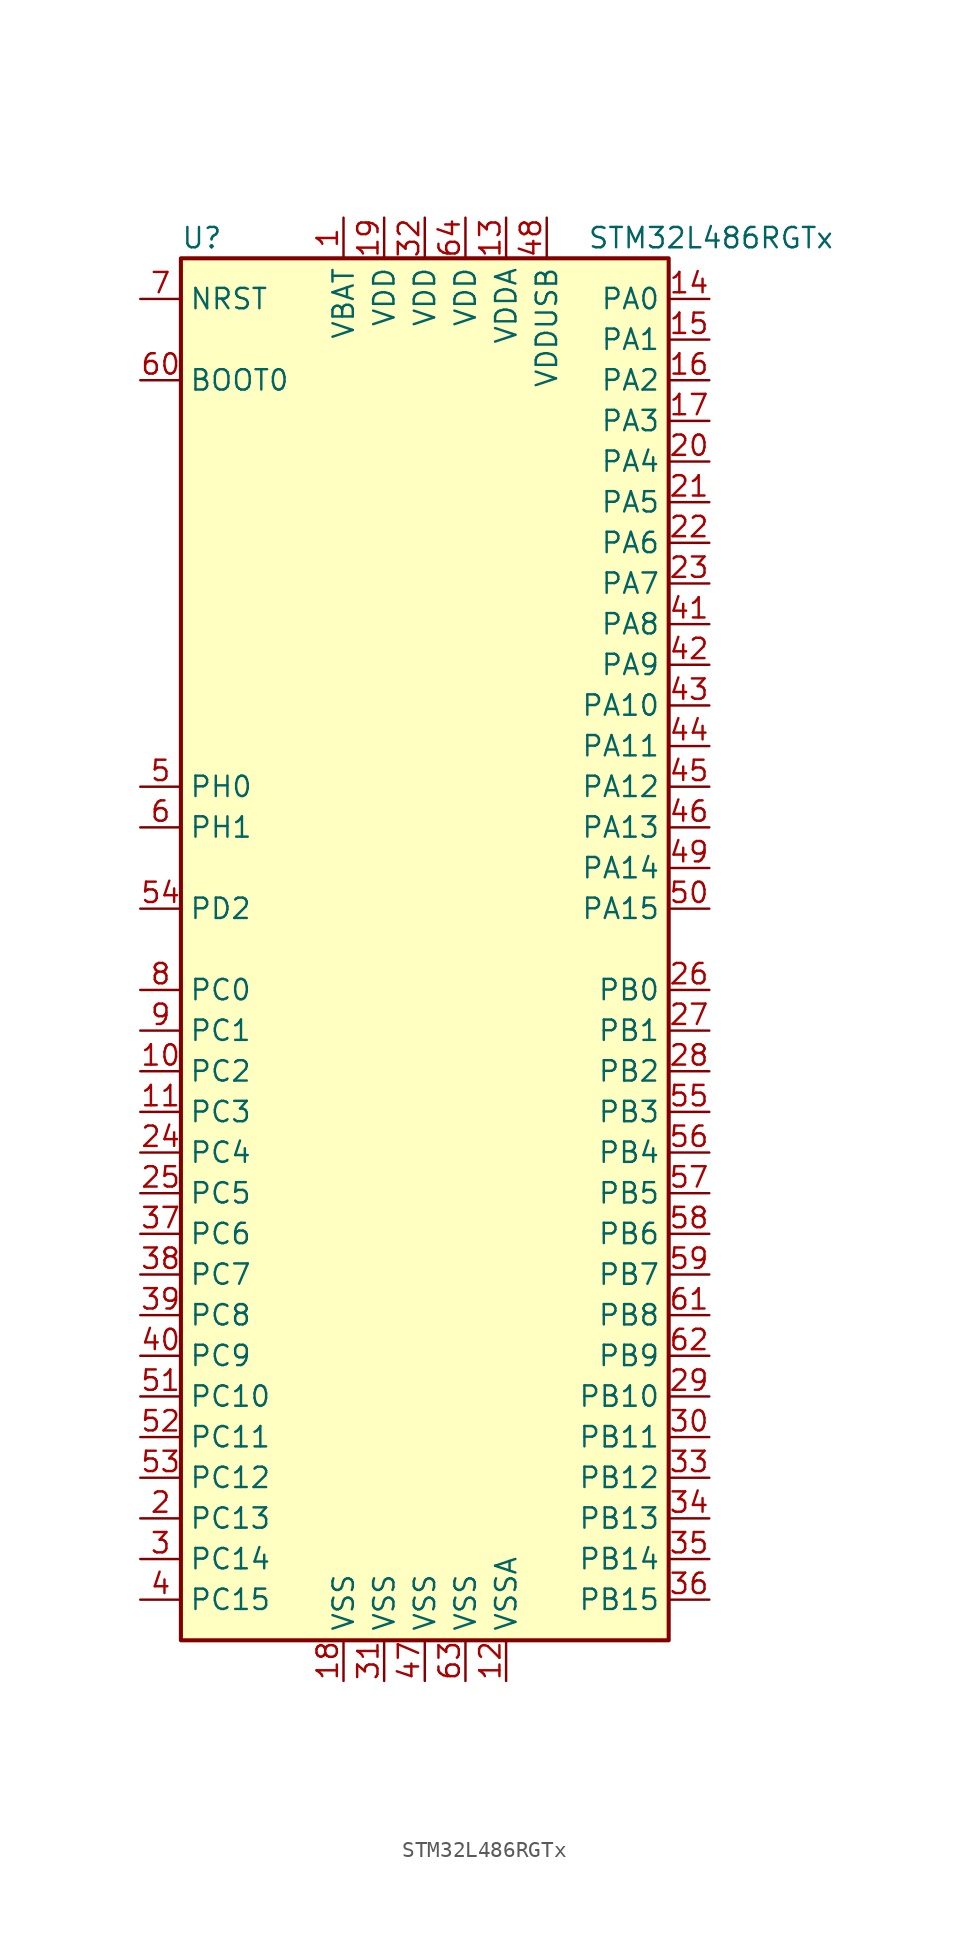
<source format=kicad_sym>
(kicad_symbol_lib
  (version 20201005)
  (generator kicad_symbol_editor)
  (symbol "STM32L486RGTx"
    (property "Reference" "U"
      (at -15.24 44.45 0)
      (effects (font (size 1.27 1.27)) (justify left)))
    (property "Value" "STM32L486RGTx"
      (at 10.16 44.45 0)
      (effects (font (size 1.27 1.27)) (justify left)))
    (symbol "STM32L486RGTx_0_1"
      (rectangle (start -15.24 -43.18) (end 15.24 43.18) (stroke (width 0.254)) (fill (type background))))
    (symbol "STM32L486RGTx_1_1"
      (pin input line (at -17.78 35.56 0) (length 2.54) (name "BOOT0" (effects (font (size 1.27 1.27)))) (number "60" (effects (font (size 1.27 1.27)))))
      (pin input line (at -17.78 40.64 0) (length 2.54) (name "NRST" (effects (font (size 1.27 1.27)))) (number "7" (effects (font (size 1.27 1.27)))))
      (pin bidirectional line (at 17.78 40.64 180) (length 2.54) (name "PA0" (effects (font (size 1.27 1.27)))) (number "14" (effects (font (size 1.27 1.27)))))
      (pin bidirectional line (at 17.78 38.1 180) (length 2.54) (name "PA1" (effects (font (size 1.27 1.27)))) (number "15" (effects (font (size 1.27 1.27)))))
      (pin bidirectional line (at 17.78 15.24 180) (length 2.54) (name "PA10" (effects (font (size 1.27 1.27)))) (number "43" (effects (font (size 1.27 1.27)))))
      (pin bidirectional line (at 17.78 12.7 180) (length 2.54) (name "PA11" (effects (font (size 1.27 1.27)))) (number "44" (effects (font (size 1.27 1.27)))))
      (pin bidirectional line (at 17.78 10.16 180) (length 2.54) (name "PA12" (effects (font (size 1.27 1.27)))) (number "45" (effects (font (size 1.27 1.27)))))
      (pin bidirectional line (at 17.78 7.62 180) (length 2.54) (name "PA13" (effects (font (size 1.27 1.27)))) (number "46" (effects (font (size 1.27 1.27)))))
      (pin bidirectional line (at 17.78 5.08 180) (length 2.54) (name "PA14" (effects (font (size 1.27 1.27)))) (number "49" (effects (font (size 1.27 1.27)))))
      (pin bidirectional line (at 17.78 2.54 180) (length 2.54) (name "PA15" (effects (font (size 1.27 1.27)))) (number "50" (effects (font (size 1.27 1.27)))))
      (pin bidirectional line (at 17.78 35.56 180) (length 2.54) (name "PA2" (effects (font (size 1.27 1.27)))) (number "16" (effects (font (size 1.27 1.27)))))
      (pin bidirectional line (at 17.78 33.02 180) (length 2.54) (name "PA3" (effects (font (size 1.27 1.27)))) (number "17" (effects (font (size 1.27 1.27)))))
      (pin bidirectional line (at 17.78 30.48 180) (length 2.54) (name "PA4" (effects (font (size 1.27 1.27)))) (number "20" (effects (font (size 1.27 1.27)))))
      (pin bidirectional line (at 17.78 27.94 180) (length 2.54) (name "PA5" (effects (font (size 1.27 1.27)))) (number "21" (effects (font (size 1.27 1.27)))))
      (pin bidirectional line (at 17.78 25.4 180) (length 2.54) (name "PA6" (effects (font (size 1.27 1.27)))) (number "22" (effects (font (size 1.27 1.27)))))
      (pin bidirectional line (at 17.78 22.86 180) (length 2.54) (name "PA7" (effects (font (size 1.27 1.27)))) (number "23" (effects (font (size 1.27 1.27)))))
      (pin bidirectional line (at 17.78 20.32 180) (length 2.54) (name "PA8" (effects (font (size 1.27 1.27)))) (number "41" (effects (font (size 1.27 1.27)))))
      (pin bidirectional line (at 17.78 17.78 180) (length 2.54) (name "PA9" (effects (font (size 1.27 1.27)))) (number "42" (effects (font (size 1.27 1.27)))))
      (pin bidirectional line (at 17.78 -2.54 180) (length 2.54) (name "PB0" (effects (font (size 1.27 1.27)))) (number "26" (effects (font (size 1.27 1.27)))))
      (pin bidirectional line (at 17.78 -5.08 180) (length 2.54) (name "PB1" (effects (font (size 1.27 1.27)))) (number "27" (effects (font (size 1.27 1.27)))))
      (pin bidirectional line (at 17.78 -27.94 180) (length 2.54) (name "PB10" (effects (font (size 1.27 1.27)))) (number "29" (effects (font (size 1.27 1.27)))))
      (pin bidirectional line (at 17.78 -30.48 180) (length 2.54) (name "PB11" (effects (font (size 1.27 1.27)))) (number "30" (effects (font (size 1.27 1.27)))))
      (pin bidirectional line (at 17.78 -33.02 180) (length 2.54) (name "PB12" (effects (font (size 1.27 1.27)))) (number "33" (effects (font (size 1.27 1.27)))))
      (pin bidirectional line (at 17.78 -35.56 180) (length 2.54) (name "PB13" (effects (font (size 1.27 1.27)))) (number "34" (effects (font (size 1.27 1.27)))))
      (pin bidirectional line (at 17.78 -38.1 180) (length 2.54) (name "PB14" (effects (font (size 1.27 1.27)))) (number "35" (effects (font (size 1.27 1.27)))))
      (pin bidirectional line (at 17.78 -40.64 180) (length 2.54) (name "PB15" (effects (font (size 1.27 1.27)))) (number "36" (effects (font (size 1.27 1.27)))))
      (pin bidirectional line (at 17.78 -7.62 180) (length 2.54) (name "PB2" (effects (font (size 1.27 1.27)))) (number "28" (effects (font (size 1.27 1.27)))))
      (pin bidirectional line (at 17.78 -10.16 180) (length 2.54) (name "PB3" (effects (font (size 1.27 1.27)))) (number "55" (effects (font (size 1.27 1.27)))))
      (pin bidirectional line (at 17.78 -12.7 180) (length 2.54) (name "PB4" (effects (font (size 1.27 1.27)))) (number "56" (effects (font (size 1.27 1.27)))))
      (pin bidirectional line (at 17.78 -15.24 180) (length 2.54) (name "PB5" (effects (font (size 1.27 1.27)))) (number "57" (effects (font (size 1.27 1.27)))))
      (pin bidirectional line (at 17.78 -17.78 180) (length 2.54) (name "PB6" (effects (font (size 1.27 1.27)))) (number "58" (effects (font (size 1.27 1.27)))))
      (pin bidirectional line (at 17.78 -20.32 180) (length 2.54) (name "PB7" (effects (font (size 1.27 1.27)))) (number "59" (effects (font (size 1.27 1.27)))))
      (pin bidirectional line (at 17.78 -22.86 180) (length 2.54) (name "PB8" (effects (font (size 1.27 1.27)))) (number "61" (effects (font (size 1.27 1.27)))))
      (pin bidirectional line (at 17.78 -25.4 180) (length 2.54) (name "PB9" (effects (font (size 1.27 1.27)))) (number "62" (effects (font (size 1.27 1.27)))))
      (pin bidirectional line (at -17.78 -2.54 0) (length 2.54) (name "PC0" (effects (font (size 1.27 1.27)))) (number "8" (effects (font (size 1.27 1.27)))))
      (pin bidirectional line (at -17.78 -5.08 0) (length 2.54) (name "PC1" (effects (font (size 1.27 1.27)))) (number "9" (effects (font (size 1.27 1.27)))))
      (pin bidirectional line (at -17.78 -27.94 0) (length 2.54) (name "PC10" (effects (font (size 1.27 1.27)))) (number "51" (effects (font (size 1.27 1.27)))))
      (pin bidirectional line (at -17.78 -30.48 0) (length 2.54) (name "PC11" (effects (font (size 1.27 1.27)))) (number "52" (effects (font (size 1.27 1.27)))))
      (pin bidirectional line (at -17.78 -33.02 0) (length 2.54) (name "PC12" (effects (font (size 1.27 1.27)))) (number "53" (effects (font (size 1.27 1.27)))))
      (pin bidirectional line (at -17.78 -35.56 0) (length 2.54) (name "PC13" (effects (font (size 1.27 1.27)))) (number "2" (effects (font (size 1.27 1.27)))))
      (pin bidirectional line (at -17.78 -38.1 0) (length 2.54) (name "PC14" (effects (font (size 1.27 1.27)))) (number "3" (effects (font (size 1.27 1.27)))))
      (pin bidirectional line (at -17.78 -40.64 0) (length 2.54) (name "PC15" (effects (font (size 1.27 1.27)))) (number "4" (effects (font (size 1.27 1.27)))))
      (pin bidirectional line (at -17.78 -7.62 0) (length 2.54) (name "PC2" (effects (font (size 1.27 1.27)))) (number "10" (effects (font (size 1.27 1.27)))))
      (pin bidirectional line (at -17.78 -10.16 0) (length 2.54) (name "PC3" (effects (font (size 1.27 1.27)))) (number "11" (effects (font (size 1.27 1.27)))))
      (pin bidirectional line (at -17.78 -12.7 0) (length 2.54) (name "PC4" (effects (font (size 1.27 1.27)))) (number "24" (effects (font (size 1.27 1.27)))))
      (pin bidirectional line (at -17.78 -15.24 0) (length 2.54) (name "PC5" (effects (font (size 1.27 1.27)))) (number "25" (effects (font (size 1.27 1.27)))))
      (pin bidirectional line (at -17.78 -17.78 0) (length 2.54) (name "PC6" (effects (font (size 1.27 1.27)))) (number "37" (effects (font (size 1.27 1.27)))))
      (pin bidirectional line (at -17.78 -20.32 0) (length 2.54) (name "PC7" (effects (font (size 1.27 1.27)))) (number "38" (effects (font (size 1.27 1.27)))))
      (pin bidirectional line (at -17.78 -22.86 0) (length 2.54) (name "PC8" (effects (font (size 1.27 1.27)))) (number "39" (effects (font (size 1.27 1.27)))))
      (pin bidirectional line (at -17.78 -25.4 0) (length 2.54) (name "PC9" (effects (font (size 1.27 1.27)))) (number "40" (effects (font (size 1.27 1.27)))))
      (pin bidirectional line (at -17.78 2.54 0) (length 2.54) (name "PD2" (effects (font (size 1.27 1.27)))) (number "54" (effects (font (size 1.27 1.27)))))
      (pin input line (at -17.78 10.16 0) (length 2.54) (name "PH0" (effects (font (size 1.27 1.27)))) (number "5" (effects (font (size 1.27 1.27)))))
      (pin input line (at -17.78 7.62 0) (length 2.54) (name "PH1" (effects (font (size 1.27 1.27)))) (number "6" (effects (font (size 1.27 1.27)))))
      (pin power_in line (at -5.08 45.72 270) (length 2.54) (name "VBAT" (effects (font (size 1.27 1.27)))) (number "1" (effects (font (size 1.27 1.27)))))
      (pin power_in line (at -2.54 45.72 270) (length 2.54) (name "VDD" (effects (font (size 1.27 1.27)))) (number "19" (effects (font (size 1.27 1.27)))))
      (pin power_in line (at 0 45.72 270) (length 2.54) (name "VDD" (effects (font (size 1.27 1.27)))) (number "32" (effects (font (size 1.27 1.27)))))
      (pin power_in line (at 2.54 45.72 270) (length 2.54) (name "VDD" (effects (font (size 1.27 1.27)))) (number "64" (effects (font (size 1.27 1.27)))))
      (pin power_in line (at 5.08 45.72 270) (length 2.54) (name "VDDA" (effects (font (size 1.27 1.27)))) (number "13" (effects (font (size 1.27 1.27)))))
      (pin power_in line (at 7.62 45.72 270) (length 2.54) (name "VDDUSB" (effects (font (size 1.27 1.27)))) (number "48" (effects (font (size 1.27 1.27)))))
      (pin power_in line (at -5.08 -45.72 90) (length 2.54) (name "VSS" (effects (font (size 1.27 1.27)))) (number "18" (effects (font (size 1.27 1.27)))))
      (pin power_in line (at -2.54 -45.72 90) (length 2.54) (name "VSS" (effects (font (size 1.27 1.27)))) (number "31" (effects (font (size 1.27 1.27)))))
      (pin power_in line (at 0 -45.72 90) (length 2.54) (name "VSS" (effects (font (size 1.27 1.27)))) (number "47" (effects (font (size 1.27 1.27)))))
      (pin power_in line (at 2.54 -45.72 90) (length 2.54) (name "VSS" (effects (font (size 1.27 1.27)))) (number "63" (effects (font (size 1.27 1.27)))))
      (pin power_in line (at 5.08 -45.72 90) (length 2.54) (name "VSSA" (effects (font (size 1.27 1.27)))) (number "12" (effects (font (size 1.27 1.27))))))))
</source>
